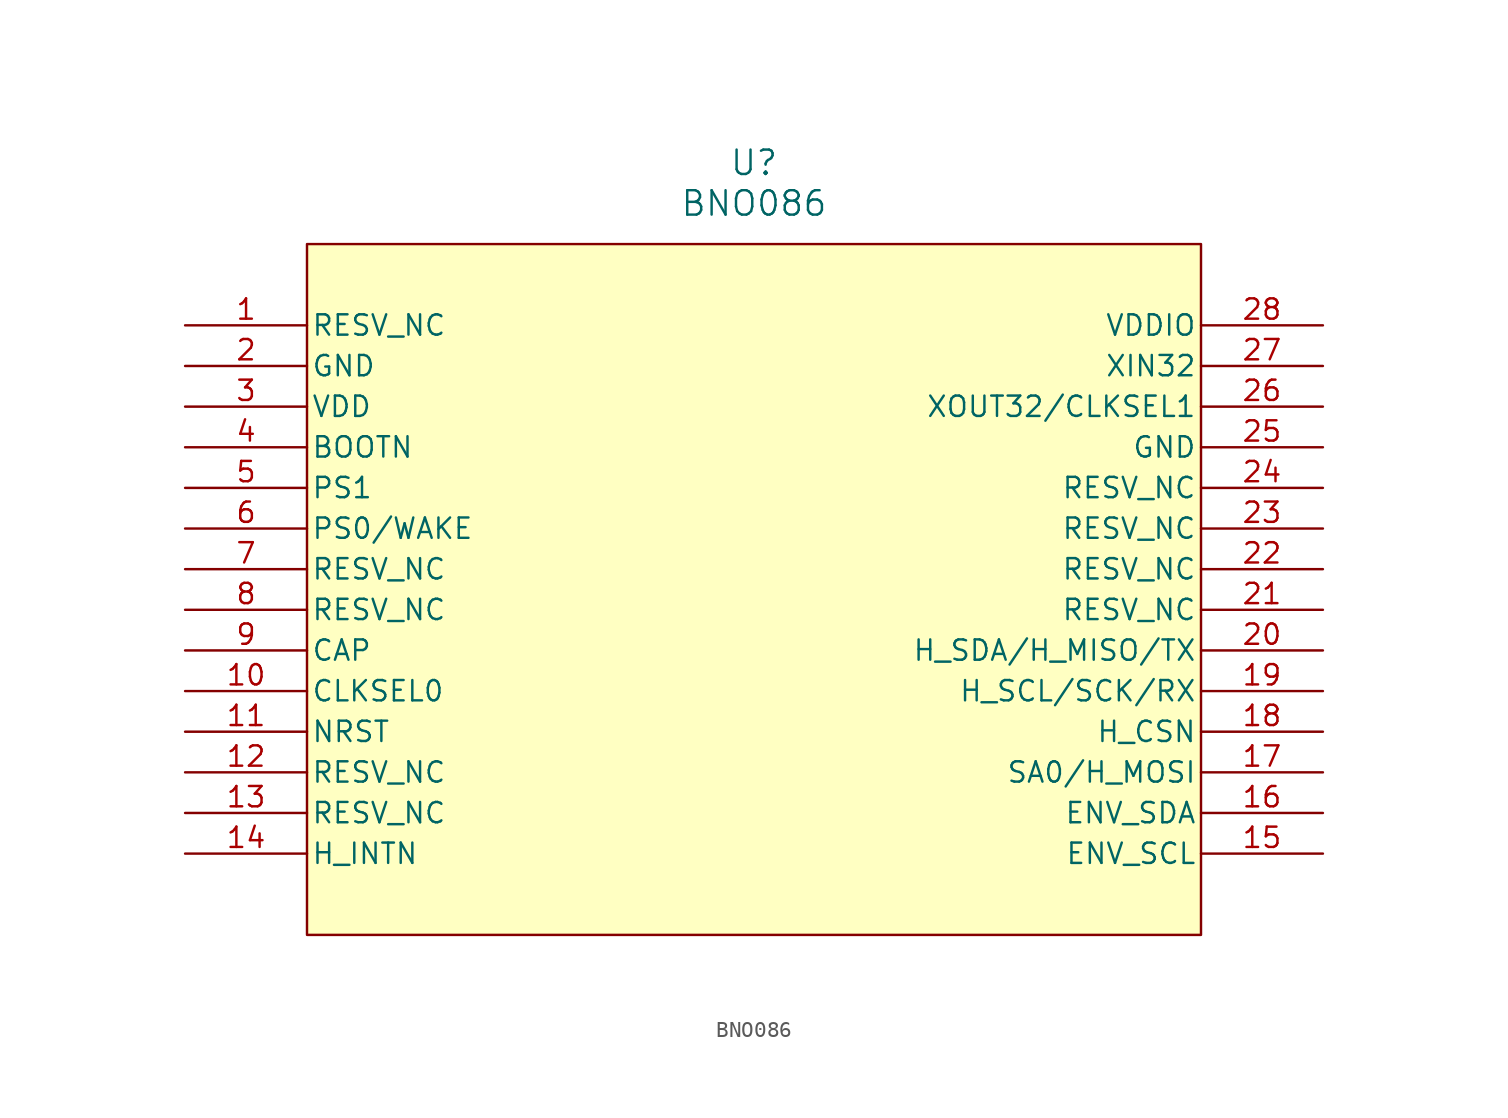
<source format=kicad_sym>
(kicad_symbol_lib
  (version 20241209)
  (generator "kicad_symbol_editor")
  (generator_version "9.0")
  (symbol "BNO086"
    (pin_names
      (offset 0.254))
    (property "Reference" "U"
      (at 35.56 10.16 0)
      (effects (font (size 1.524 1.524))))
    (property "Value" "BNO086"
      (at 35.56 7.62 0)
      (effects (font (size 1.524 1.524))))
    (property "ki_locked" ""
      (at 0 0 0)
      (effects (font (size 1.27 1.27))))
    (symbol "BNO086_0_1"
      (pin unspecified line (at 0 0 0) (length 7.62) (name "RESV_NC" (effects (font (size 1.27 1.27)))) (number "1" (effects (font (size 1.27 1.27)))))
      (pin power_out line (at 0 -2.54 0) (length 7.62) (name "GND" (effects (font (size 1.27 1.27)))) (number "2" (effects (font (size 1.27 1.27)))))
      (pin power_in line (at 0 -5.08 0) (length 7.62) (name "VDD" (effects (font (size 1.27 1.27)))) (number "3" (effects (font (size 1.27 1.27)))))
      (pin unspecified line (at 0 -7.62 0) (length 7.62) (name "BOOTN" (effects (font (size 1.27 1.27)))) (number "4" (effects (font (size 1.27 1.27)))))
      (pin bidirectional line (at 0 -10.16 0) (length 7.62) (name "PS1" (effects (font (size 1.27 1.27)))) (number "5" (effects (font (size 1.27 1.27)))))
      (pin bidirectional line (at 0 -12.7 0) (length 7.62) (name "PS0/WAKE" (effects (font (size 1.27 1.27)))) (number "6" (effects (font (size 1.27 1.27)))))
      (pin unspecified line (at 0 -15.24 0) (length 7.62) (name "RESV_NC" (effects (font (size 1.27 1.27)))) (number "7" (effects (font (size 1.27 1.27)))))
      (pin unspecified line (at 0 -17.78 0) (length 7.62) (name "RESV_NC" (effects (font (size 1.27 1.27)))) (number "8" (effects (font (size 1.27 1.27)))))
      (pin unspecified line (at 0 -20.32 0) (length 7.62) (name "CAP" (effects (font (size 1.27 1.27)))) (number "9" (effects (font (size 1.27 1.27)))))
      (pin unspecified line (at 0 -22.86 0) (length 7.62) (name "CLKSEL0" (effects (font (size 1.27 1.27)))) (number "10" (effects (font (size 1.27 1.27)))))
      (pin unspecified line (at 0 -25.4 0) (length 7.62) (name "NRST" (effects (font (size 1.27 1.27)))) (number "11" (effects (font (size 1.27 1.27)))))
      (pin unspecified line (at 0 -27.94 0) (length 7.62) (name "RESV_NC" (effects (font (size 1.27 1.27)))) (number "12" (effects (font (size 1.27 1.27)))))
      (pin unspecified line (at 0 -30.48 0) (length 7.62) (name "RESV_NC" (effects (font (size 1.27 1.27)))) (number "13" (effects (font (size 1.27 1.27)))))
      (pin unspecified line (at 0 -33.02 0) (length 7.62) (name "H_INTN" (effects (font (size 1.27 1.27)))) (number "14" (effects (font (size 1.27 1.27)))))
      (pin power_in line (at 71.12 0 180) (length 7.62) (name "VDDIO" (effects (font (size 1.27 1.27)))) (number "28" (effects (font (size 1.27 1.27)))))
      (pin input line (at 71.12 -2.54 180) (length 7.62) (name "XIN32" (effects (font (size 1.27 1.27)))) (number "27" (effects (font (size 1.27 1.27)))))
      (pin output line (at 71.12 -5.08 180) (length 7.62) (name "XOUT32/CLKSEL1" (effects (font (size 1.27 1.27)))) (number "26" (effects (font (size 1.27 1.27)))))
      (pin power_out line (at 71.12 -7.62 180) (length 7.62) (name "GND" (effects (font (size 1.27 1.27)))) (number "25" (effects (font (size 1.27 1.27)))))
      (pin unspecified line (at 71.12 -10.16 180) (length 7.62) (name "RESV_NC" (effects (font (size 1.27 1.27)))) (number "24" (effects (font (size 1.27 1.27)))))
      (pin unspecified line (at 71.12 -12.7 180) (length 7.62) (name "RESV_NC" (effects (font (size 1.27 1.27)))) (number "23" (effects (font (size 1.27 1.27)))))
      (pin unspecified line (at 71.12 -15.24 180) (length 7.62) (name "RESV_NC" (effects (font (size 1.27 1.27)))) (number "22" (effects (font (size 1.27 1.27)))))
      (pin unspecified line (at 71.12 -17.78 180) (length 7.62) (name "RESV_NC" (effects (font (size 1.27 1.27)))) (number "21" (effects (font (size 1.27 1.27)))))
      (pin unspecified line (at 71.12 -20.32 180) (length 7.62) (name "H_SDA/H_MISO/TX" (effects (font (size 1.27 1.27)))) (number "20" (effects (font (size 1.27 1.27)))))
      (pin unspecified line (at 71.12 -22.86 180) (length 7.62) (name "H_SCL/SCK/RX" (effects (font (size 1.27 1.27)))) (number "19" (effects (font (size 1.27 1.27)))))
      (pin unspecified line (at 71.12 -25.4 180) (length 7.62) (name "H_CSN" (effects (font (size 1.27 1.27)))) (number "18" (effects (font (size 1.27 1.27)))))
      (pin unspecified line (at 71.12 -27.94 180) (length 7.62) (name "SA0/H_MOSI" (effects (font (size 1.27 1.27)))) (number "17" (effects (font (size 1.27 1.27)))))
      (pin unspecified line (at 71.12 -30.48 180) (length 7.62) (name "ENV_SDA" (effects (font (size 1.27 1.27)))) (number "16" (effects (font (size 1.27 1.27)))))
      (pin unspecified line (at 71.12 -33.02 180) (length 7.62) (name "ENV_SCL" (effects (font (size 1.27 1.27)))) (number "15" (effects (font (size 1.27 1.27))))))
    (symbol "BNO086_1_1"
      (rectangle (start 7.62 5.08) (end 63.5 -38.1) (stroke (width 0) (type default)) (fill (type background))))))
</source>
